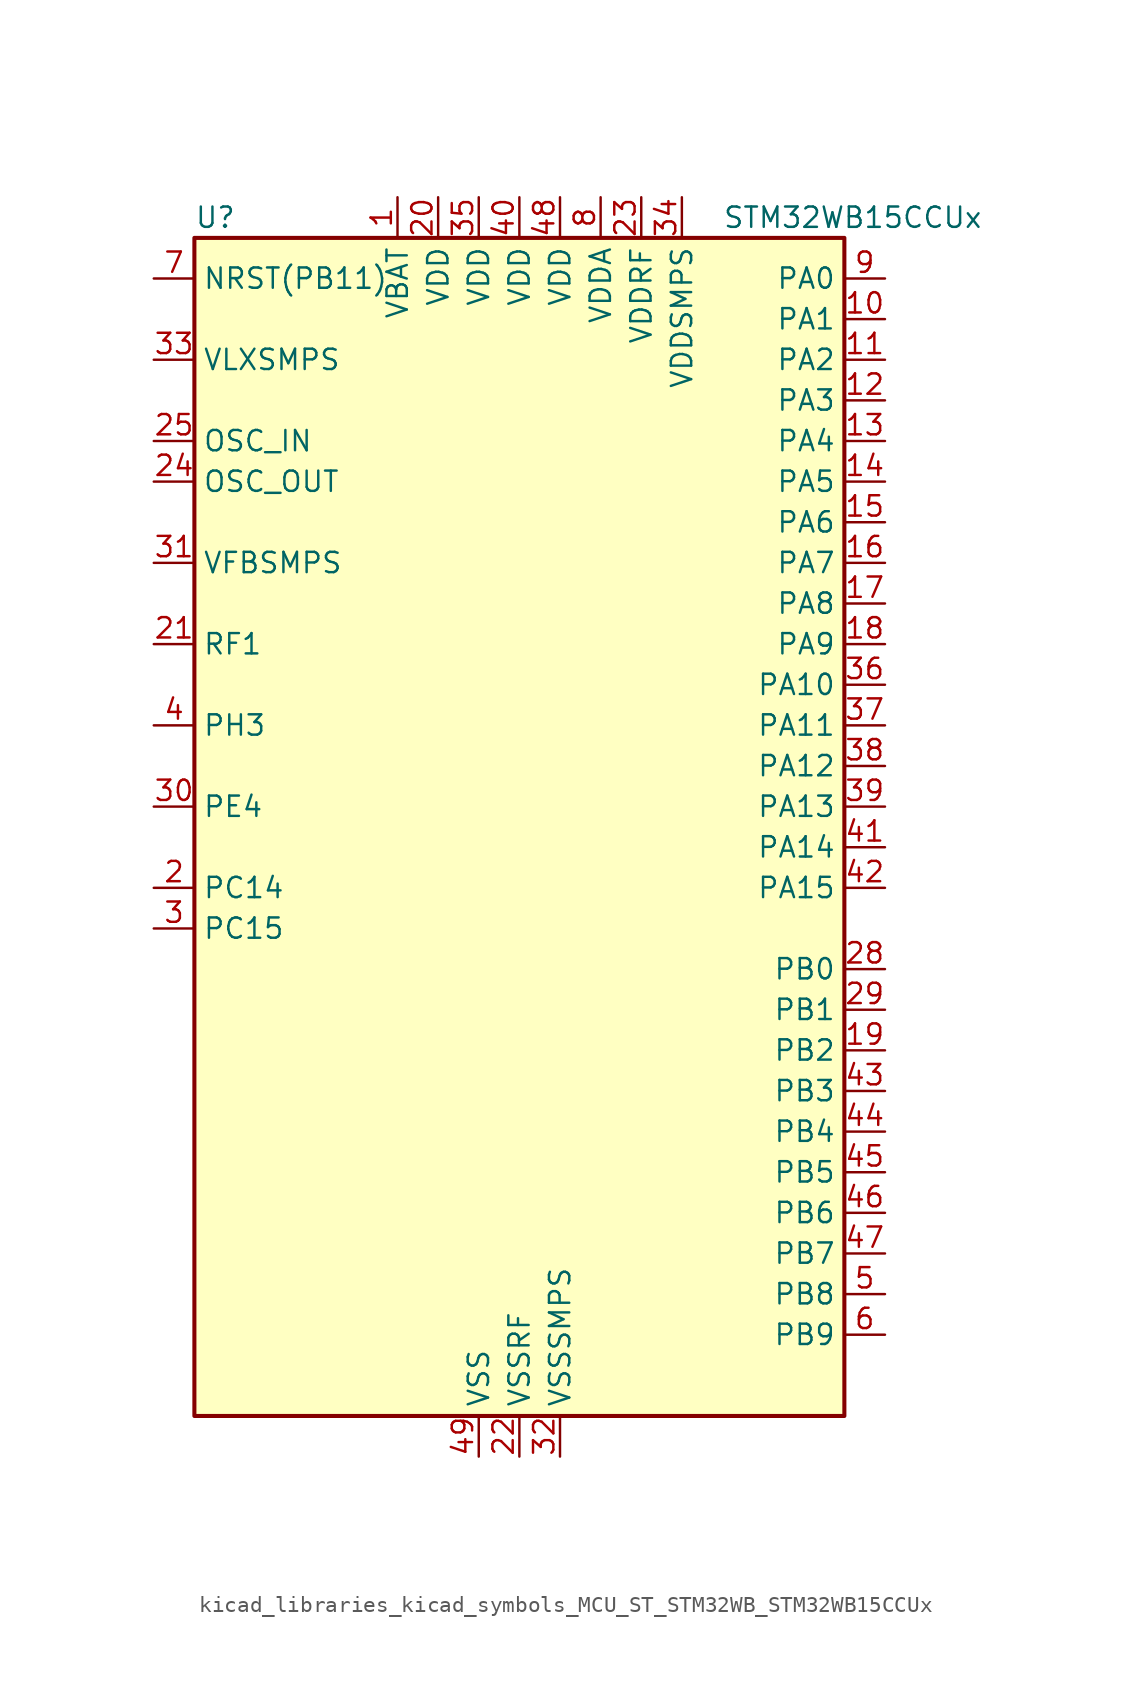
<source format=kicad_sym>
(kicad_symbol_lib
  (version 20220914)
  (generator kicad_symbol_editor)
  (symbol "kicad_libraries_kicad_symbols_MCU_ST_STM32WB_STM32WB15CCUx"
    (property "Reference" "U"
      (at -20.32 39.37 0)
      (effects (font (size 1.27 1.27)) (justify left)))
    (property "Value" "STM32WB15CCUx"
      (at 12.7 39.37 0)
      (effects (font (size 1.27 1.27)) (justify left)))
    (property "ki_locked" ""
      (at 0 0 0)
      (effects (font (size 1.27 1.27))))
    (symbol "kicad_libraries_kicad_symbols_MCU_ST_STM32WB_STM32WB15CCUx_0_1"
      (rectangle (start -20.32 -35.56) (end 20.32 38.1) (stroke (width 0.254) (type default)) (fill (type background))))
    (symbol "kicad_libraries_kicad_symbols_MCU_ST_STM32WB_STM32WB15CCUx_1_1"
      (pin power_in line (at -7.62 40.64 270) (length 2.54) (name "VBAT" (effects (font (size 1.27 1.27)))) (number "1" (effects (font (size 1.27 1.27)))))
      (pin bidirectional line (at 22.86 33.02 180) (length 2.54) (name "PA1" (effects (font (size 1.27 1.27)))) (number "10" (effects (font (size 1.27 1.27)))) (alternate "ADC1_IN6" bidirectional line) (alternate "COMP1_INP" bidirectional line) (alternate "I2C1_SMBA" bidirectional line) (alternate "SPI1_SCK" bidirectional line) (alternate "TIM2_CH2" bidirectional line))
      (pin bidirectional line (at 22.86 30.48 180) (length 2.54) (name "PA2" (effects (font (size 1.27 1.27)))) (number "11" (effects (font (size 1.27 1.27)))) (alternate "ADC1_IN7" bidirectional line) (alternate "LPUART1_TX" bidirectional line) (alternate "RCC_LSCO" bidirectional line) (alternate "SYS_WKUP4" bidirectional line) (alternate "TIM2_CH3" bidirectional line))
      (pin bidirectional line (at 22.86 27.94 180) (length 2.54) (name "PA3" (effects (font (size 1.27 1.27)))) (number "12" (effects (font (size 1.27 1.27)))) (alternate "ADC1_IN8" bidirectional line) (alternate "LPUART1_RX" bidirectional line) (alternate "TIM2_CH4" bidirectional line))
      (pin bidirectional line (at 22.86 25.4 180) (length 2.54) (name "PA4" (effects (font (size 1.27 1.27)))) (number "13" (effects (font (size 1.27 1.27)))) (alternate "ADC1_IN9" bidirectional line) (alternate "COMP1_INM" bidirectional line) (alternate "LPTIM2_OUT" bidirectional line) (alternate "SPI1_NSS" bidirectional line))
      (pin bidirectional line (at 22.86 22.86 180) (length 2.54) (name "PA5" (effects (font (size 1.27 1.27)))) (number "14" (effects (font (size 1.27 1.27)))) (alternate "ADC1_IN10" bidirectional line) (alternate "COMP1_INM" bidirectional line) (alternate "LPTIM2_ETR" bidirectional line) (alternate "SPI1_MOSI" bidirectional line) (alternate "SPI1_SCK" bidirectional line) (alternate "TIM2_CH1" bidirectional line) (alternate "TIM2_ETR" bidirectional line))
      (pin bidirectional line (at 22.86 20.32 180) (length 2.54) (name "PA6" (effects (font (size 1.27 1.27)))) (number "15" (effects (font (size 1.27 1.27)))) (alternate "ADC1_IN11" bidirectional line) (alternate "LPUART1_CTS" bidirectional line) (alternate "SPI1_MISO" bidirectional line) (alternate "TIM1_BKIN" bidirectional line))
      (pin bidirectional line (at 22.86 17.78 180) (length 2.54) (name "PA7" (effects (font (size 1.27 1.27)))) (number "16" (effects (font (size 1.27 1.27)))) (alternate "ADC1_IN2" bidirectional line) (alternate "SPI1_MOSI" bidirectional line) (alternate "TIM1_CH1N" bidirectional line))
      (pin bidirectional line (at 22.86 15.24 180) (length 2.54) (name "PA8" (effects (font (size 1.27 1.27)))) (number "17" (effects (font (size 1.27 1.27)))) (alternate "ADC1_IN3" bidirectional line) (alternate "LPTIM2_OUT" bidirectional line) (alternate "RCC_MCO" bidirectional line) (alternate "TIM1_CH1" bidirectional line) (alternate "USART1_CK" bidirectional line))
      (pin bidirectional line (at 22.86 12.7 180) (length 2.54) (name "PA9" (effects (font (size 1.27 1.27)))) (number "18" (effects (font (size 1.27 1.27)))) (alternate "ADC1_IN4" bidirectional line) (alternate "COMP1_INM" bidirectional line) (alternate "I2C1_SCL" bidirectional line) (alternate "TIM1_CH2" bidirectional line) (alternate "USART1_TX" bidirectional line))
      (pin bidirectional line (at 22.86 -12.7 180) (length 2.54) (name "PB2" (effects (font (size 1.27 1.27)))) (number "19" (effects (font (size 1.27 1.27)))) (alternate "COMP1_INP" bidirectional line) (alternate "LPTIM1_OUT" bidirectional line) (alternate "RTC_OUT" bidirectional line) (alternate "SPI1_NSS" bidirectional line))
      (pin bidirectional line (at -22.86 -2.54 0) (length 2.54) (name "PC14" (effects (font (size 1.27 1.27)))) (number "2" (effects (font (size 1.27 1.27)))) (alternate "RCC_OSC32_IN" bidirectional line))
      (pin power_in line (at -5.08 40.64 270) (length 2.54) (name "VDD" (effects (font (size 1.27 1.27)))) (number "20" (effects (font (size 1.27 1.27)))))
      (pin bidirectional line (at -22.86 12.7 0) (length 2.54) (name "RF1" (effects (font (size 1.27 1.27)))) (number "21" (effects (font (size 1.27 1.27)))) (alternate "RF_RF1" bidirectional line))
      (pin power_in line (at 0 -38.1 90) (length 2.54) (name "VSSRF" (effects (font (size 1.27 1.27)))) (number "22" (effects (font (size 1.27 1.27)))))
      (pin power_in line (at 7.62 40.64 270) (length 2.54) (name "VDDRF" (effects (font (size 1.27 1.27)))) (number "23" (effects (font (size 1.27 1.27)))))
      (pin input line (at -22.86 22.86 0) (length 2.54) (name "OSC_OUT" (effects (font (size 1.27 1.27)))) (number "24" (effects (font (size 1.27 1.27)))) (alternate "RCC_OSC_OUT" bidirectional line))
      (pin input line (at -22.86 25.4 0) (length 2.54) (name "OSC_IN" (effects (font (size 1.27 1.27)))) (number "25" (effects (font (size 1.27 1.27)))) (alternate "RCC_OSC_IN" bidirectional line))
      (pin no_connect line (at -20.32 -35.56 0) (length 2.54) hide (name "AT0" (effects (font (size 1.27 1.27)))) (number "26" (effects (font (size 1.27 1.27)))))
      (pin no_connect line (at -20.32 -33.02 0) (length 2.54) hide (name "AT1" (effects (font (size 1.27 1.27)))) (number "27" (effects (font (size 1.27 1.27)))))
      (pin bidirectional line (at 22.86 -7.62 180) (length 2.54) (name "PB0" (effects (font (size 1.27 1.27)))) (number "28" (effects (font (size 1.27 1.27)))) (alternate "COMP1_OUT" bidirectional line) (alternate "RF_TX_MOD_EXT_PA" bidirectional line))
      (pin bidirectional line (at 22.86 -10.16 180) (length 2.54) (name "PB1" (effects (font (size 1.27 1.27)))) (number "29" (effects (font (size 1.27 1.27)))) (alternate "LPTIM2_IN1" bidirectional line) (alternate "LPUART1_DE" bidirectional line) (alternate "LPUART1_RTS" bidirectional line))
      (pin bidirectional line (at -22.86 -5.08 0) (length 2.54) (name "PC15" (effects (font (size 1.27 1.27)))) (number "3" (effects (font (size 1.27 1.27)))) (alternate "RCC_OSC32_OUT" bidirectional line))
      (pin bidirectional line (at -22.86 2.54 0) (length 2.54) (name "PE4" (effects (font (size 1.27 1.27)))) (number "30" (effects (font (size 1.27 1.27)))))
      (pin input line (at -22.86 17.78 0) (length 2.54) (name "VFBSMPS" (effects (font (size 1.27 1.27)))) (number "31" (effects (font (size 1.27 1.27)))))
      (pin power_in line (at 2.54 -38.1 90) (length 2.54) (name "VSSSMPS" (effects (font (size 1.27 1.27)))) (number "32" (effects (font (size 1.27 1.27)))))
      (pin power_in line (at -22.86 30.48 0) (length 2.54) (name "VLXSMPS" (effects (font (size 1.27 1.27)))) (number "33" (effects (font (size 1.27 1.27)))))
      (pin power_in line (at 10.16 40.64 270) (length 2.54) (name "VDDSMPS" (effects (font (size 1.27 1.27)))) (number "34" (effects (font (size 1.27 1.27)))))
      (pin power_in line (at -2.54 40.64 270) (length 2.54) (name "VDD" (effects (font (size 1.27 1.27)))) (number "35" (effects (font (size 1.27 1.27)))))
      (pin bidirectional line (at 22.86 10.16 180) (length 2.54) (name "PA10" (effects (font (size 1.27 1.27)))) (number "36" (effects (font (size 1.27 1.27)))) (alternate "I2C1_SDA" bidirectional line) (alternate "TIM1_CH3" bidirectional line) (alternate "TSC_G7_IO2" bidirectional line) (alternate "USART1_RX" bidirectional line))
      (pin bidirectional line (at 22.86 7.62 180) (length 2.54) (name "PA11" (effects (font (size 1.27 1.27)))) (number "37" (effects (font (size 1.27 1.27)))) (alternate "ADC1_EXTI11" bidirectional line) (alternate "SPI1_MISO" bidirectional line) (alternate "TIM1_BKIN2" bidirectional line) (alternate "TIM1_CH4" bidirectional line) (alternate "USART1_CTS" bidirectional line) (alternate "USART1_NSS" bidirectional line))
      (pin bidirectional line (at 22.86 5.08 180) (length 2.54) (name "PA12" (effects (font (size 1.27 1.27)))) (number "38" (effects (font (size 1.27 1.27)))) (alternate "LPUART1_RX" bidirectional line) (alternate "SPI1_MOSI" bidirectional line) (alternate "TIM1_ETR" bidirectional line) (alternate "USART1_DE" bidirectional line) (alternate "USART1_RTS" bidirectional line))
      (pin bidirectional line (at 22.86 2.54 180) (length 2.54) (name "PA13" (effects (font (size 1.27 1.27)))) (number "39" (effects (font (size 1.27 1.27)))) (alternate "SPI1_MOSI" bidirectional line) (alternate "SYS_JTMS-SWDIO" bidirectional line) (alternate "TSC_G7_IO1" bidirectional line))
      (pin bidirectional line (at -22.86 7.62 0) (length 2.54) (name "PH3" (effects (font (size 1.27 1.27)))) (number "4" (effects (font (size 1.27 1.27)))) (alternate "RCC_LSCO" bidirectional line))
      (pin power_in line (at 0 40.64 270) (length 2.54) (name "VDD" (effects (font (size 1.27 1.27)))) (number "40" (effects (font (size 1.27 1.27)))))
      (pin bidirectional line (at 22.86 0 180) (length 2.54) (name "PA14" (effects (font (size 1.27 1.27)))) (number "41" (effects (font (size 1.27 1.27)))) (alternate "I2C1_SMBA" bidirectional line) (alternate "LPTIM1_OUT" bidirectional line) (alternate "SPI1_NSS" bidirectional line) (alternate "SYS_JTCK-SWCLK" bidirectional line))
      (pin bidirectional line (at 22.86 -2.54 180) (length 2.54) (name "PA15" (effects (font (size 1.27 1.27)))) (number "42" (effects (font (size 1.27 1.27)))) (alternate "RCC_MCO" bidirectional line) (alternate "SPI1_NSS" bidirectional line) (alternate "SYS_JTDI" bidirectional line) (alternate "TIM2_CH1" bidirectional line) (alternate "TIM2_ETR" bidirectional line))
      (pin bidirectional line (at 22.86 -15.24 180) (length 2.54) (name "PB3" (effects (font (size 1.27 1.27)))) (number "43" (effects (font (size 1.27 1.27)))) (alternate "SPI1_SCK" bidirectional line) (alternate "SYS_JTDO-SWO" bidirectional line) (alternate "TIM2_CH2" bidirectional line) (alternate "USART1_DE" bidirectional line) (alternate "USART1_RTS" bidirectional line))
      (pin bidirectional line (at 22.86 -17.78 180) (length 2.54) (name "PB4" (effects (font (size 1.27 1.27)))) (number "44" (effects (font (size 1.27 1.27)))) (alternate "SPI1_MISO" bidirectional line) (alternate "SYS_JTRST" bidirectional line) (alternate "TSC_G2_IO1" bidirectional line) (alternate "USART1_CTS" bidirectional line) (alternate "USART1_NSS" bidirectional line))
      (pin bidirectional line (at 22.86 -20.32 180) (length 2.54) (name "PB5" (effects (font (size 1.27 1.27)))) (number "45" (effects (font (size 1.27 1.27)))) (alternate "I2C1_SMBA" bidirectional line) (alternate "LPTIM1_IN1" bidirectional line) (alternate "LPUART1_TX" bidirectional line) (alternate "SPI1_MOSI" bidirectional line) (alternate "TSC_G2_IO2" bidirectional line) (alternate "USART1_CK" bidirectional line))
      (pin bidirectional line (at 22.86 -22.86 180) (length 2.54) (name "PB6" (effects (font (size 1.27 1.27)))) (number "46" (effects (font (size 1.27 1.27)))) (alternate "I2C1_SCL" bidirectional line) (alternate "LPTIM1_ETR" bidirectional line) (alternate "RCC_MCO" bidirectional line) (alternate "SPI1_NSS" bidirectional line) (alternate "TSC_G2_IO3" bidirectional line) (alternate "USART1_TX" bidirectional line))
      (pin bidirectional line (at 22.86 -25.4 180) (length 2.54) (name "PB7" (effects (font (size 1.27 1.27)))) (number "47" (effects (font (size 1.27 1.27)))) (alternate "I2C1_SDA" bidirectional line) (alternate "LPTIM1_IN2" bidirectional line) (alternate "SYS_PVD_IN" bidirectional line) (alternate "TIM1_BKIN" bidirectional line) (alternate "TIM1_CH3" bidirectional line) (alternate "TSC_G2_IO4" bidirectional line) (alternate "USART1_RX" bidirectional line))
      (pin power_in line (at 2.54 40.64 270) (length 2.54) (name "VDD" (effects (font (size 1.27 1.27)))) (number "48" (effects (font (size 1.27 1.27)))))
      (pin power_in line (at -2.54 -38.1 90) (length 2.54) (name "VSS" (effects (font (size 1.27 1.27)))) (number "49" (effects (font (size 1.27 1.27)))))
      (pin bidirectional line (at 22.86 -27.94 180) (length 2.54) (name "PB8" (effects (font (size 1.27 1.27)))) (number "5" (effects (font (size 1.27 1.27)))) (alternate "I2C1_SCL" bidirectional line) (alternate "TIM1_CH2N" bidirectional line) (alternate "TSC_G7_IO3" bidirectional line))
      (pin bidirectional line (at 22.86 -30.48 180) (length 2.54) (name "PB9" (effects (font (size 1.27 1.27)))) (number "6" (effects (font (size 1.27 1.27)))) (alternate "I2C1_SDA" bidirectional line) (alternate "TIM1_CH3N" bidirectional line) (alternate "TSC_G7_IO4" bidirectional line))
      (pin input line (at -22.86 35.56 0) (length 2.54) (name "NRST(PB11)" (effects (font (size 1.27 1.27)))) (number "7" (effects (font (size 1.27 1.27)))))
      (pin power_in line (at 5.08 40.64 270) (length 2.54) (name "VDDA" (effects (font (size 1.27 1.27)))) (number "8" (effects (font (size 1.27 1.27)))))
      (pin bidirectional line (at 22.86 35.56 180) (length 2.54) (name "PA0" (effects (font (size 1.27 1.27)))) (number "9" (effects (font (size 1.27 1.27)))) (alternate "ADC1_IN5" bidirectional line) (alternate "COMP1_INM" bidirectional line) (alternate "COMP1_OUT" bidirectional line) (alternate "RTC_TAMP2" bidirectional line) (alternate "SYS_WKUP1" bidirectional line) (alternate "TIM2_CH1" bidirectional line) (alternate "TIM2_ETR" bidirectional line)))))
</source>
